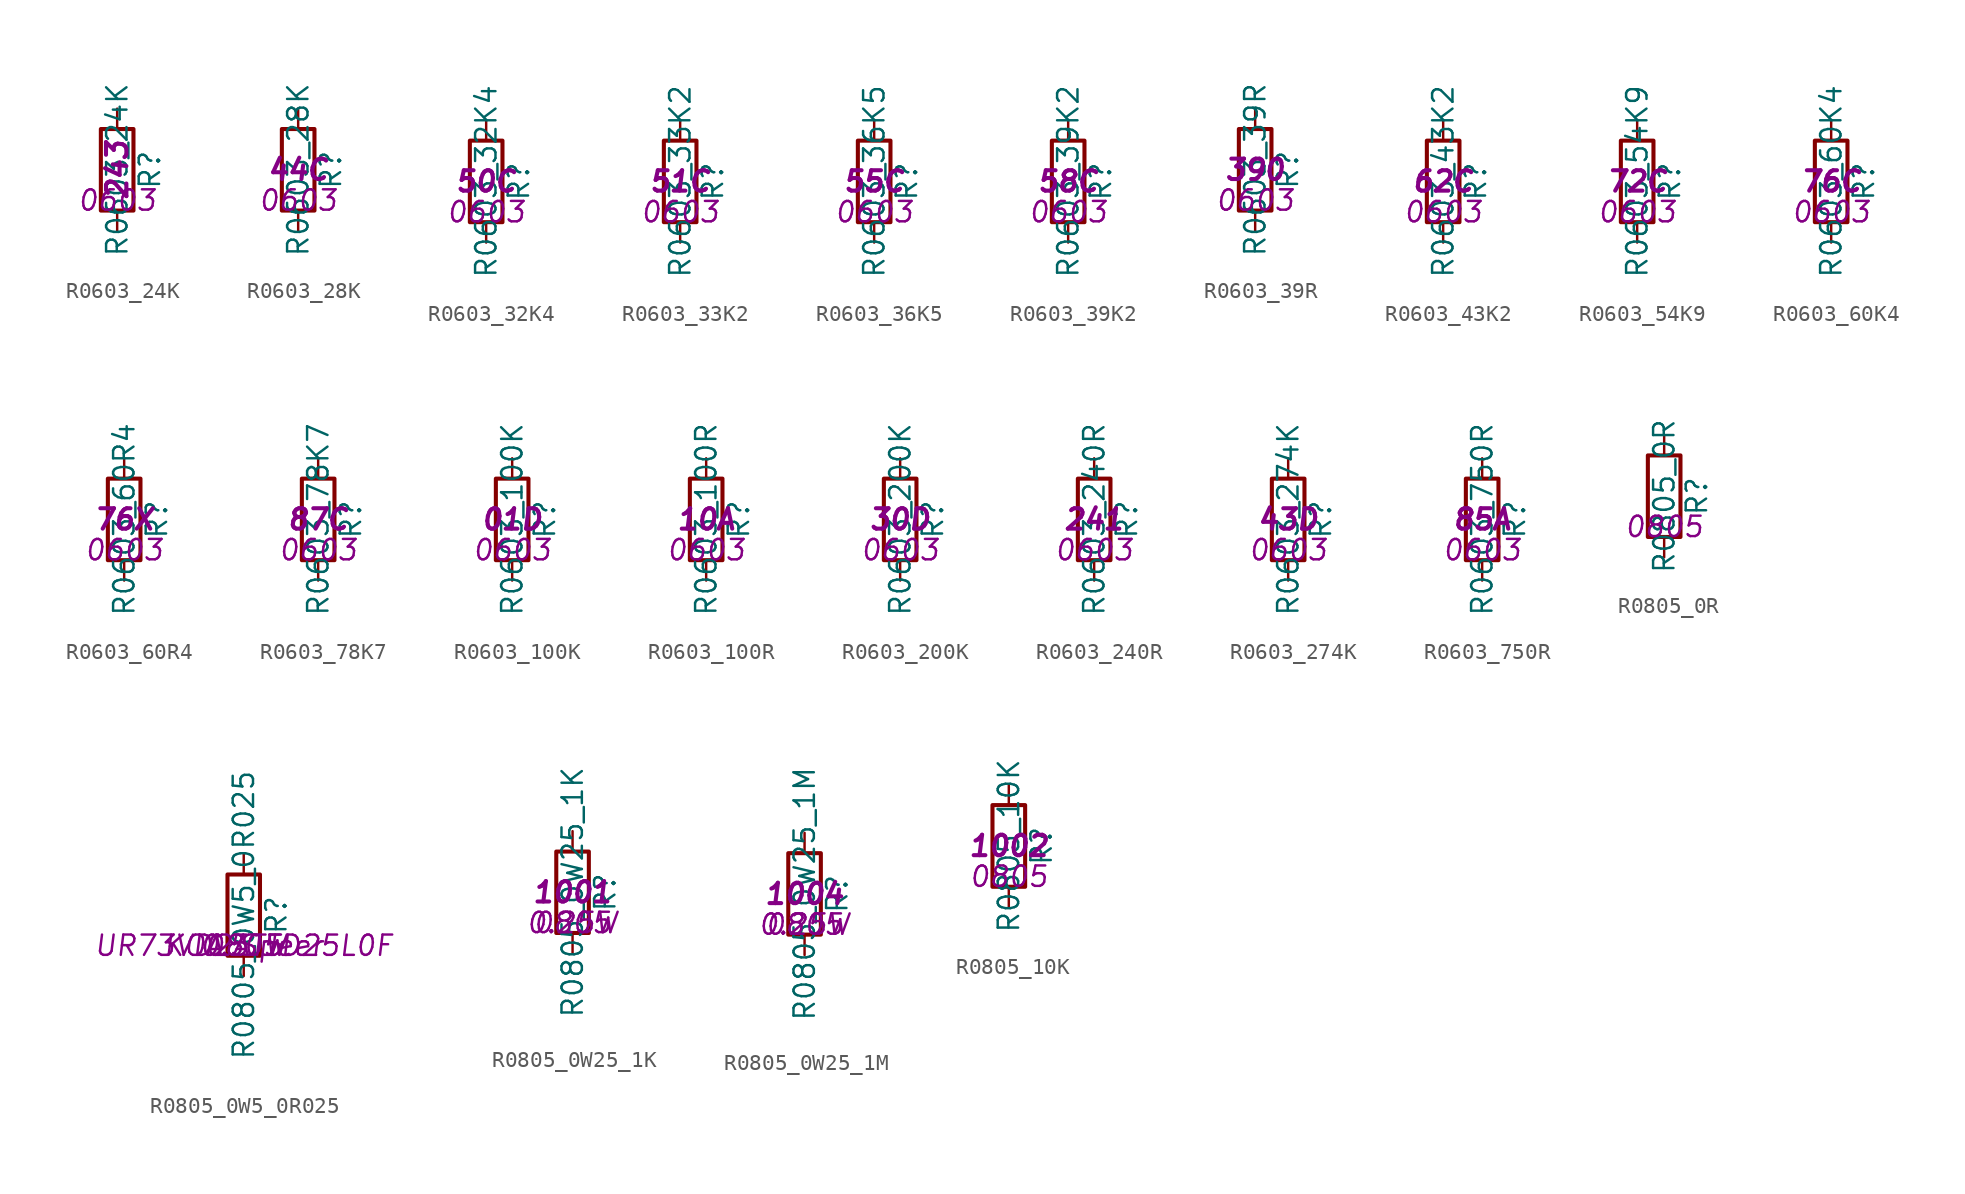
<source format=kicad_sym>
(kicad_symbol_lib
  (version 20211014)
  (generator kicad_symbol_editor)
  (symbol "R0603_24K"
    (pin_numbers hide)
    (pin_names
      (offset 0))
    (property "Reference" "R"
      (at 2.032 0 90)
      (effects (font (size 1.27 1.27))))
    (property "Value" "R0603_24K"
      (at 0 0 90)
      (effects (font (size 1.27 1.27))))
    (property "Case" "0603"
      (at 0 -1.905 0)
      (effects (font (size 1.27 1.27) italic)))
    (property "Mark" "243"
      (at 0 0 90)
      (effects (font (size 1.27 1.27) bold italic)))
    (symbol "R0603_24K_0_1"
      (rectangle (start -1.016 -2.54) (end 1.016 2.54) (stroke (width 0.254) (type default) (color 0 0 0 0)) (fill (type none))))
    (symbol "R0603_24K_1_1"
      (pin passive line (at 0 3.81 270) (length 1.27) (name "~" (effects (font (size 1.27 1.27)))) (number "1" (effects (font (size 1.27 1.27)))))
      (pin passive line (at 0 -3.81 90) (length 1.27) (name "~" (effects (font (size 1.27 1.27)))) (number "2" (effects (font (size 1.27 1.27)))))))
  (symbol "R0603_28K"
    (pin_numbers hide)
    (pin_names
      (offset 0))
    (property "Reference" "R"
      (at 2.032 0 90)
      (effects (font (size 1.27 1.27))))
    (property "Value" "R0603_28K"
      (at 0 0 90)
      (effects (font (size 1.27 1.27))))
    (property "Case" "0603"
      (at 0 -1.905 0)
      (effects (font (size 1.27 1.27) italic)))
    (property "Mark" "44C"
      (at 0 0 0)
      (effects (font (size 1.27 1.27) bold italic)))
    (symbol "R0603_28K_0_1"
      (rectangle (start -1.016 -2.54) (end 1.016 2.54) (stroke (width 0.254) (type default) (color 0 0 0 0)) (fill (type none))))
    (symbol "R0603_28K_1_1"
      (pin passive line (at 0 3.81 270) (length 1.27) (name "~" (effects (font (size 1.27 1.27)))) (number "1" (effects (font (size 1.27 1.27)))))
      (pin passive line (at 0 -3.81 90) (length 1.27) (name "~" (effects (font (size 1.27 1.27)))) (number "2" (effects (font (size 1.27 1.27)))))))
  (symbol "R0603_32K4"
    (pin_numbers hide)
    (pin_names
      (offset 0))
    (property "Reference" "R"
      (at 2.032 0 90)
      (effects (font (size 1.27 1.27))))
    (property "Value" "R0603_32K4"
      (at 0 0 90)
      (effects (font (size 1.27 1.27))))
    (property "Case" "0603"
      (at 0 -1.905 0)
      (effects (font (size 1.27 1.27) italic)))
    (property "Mark" "50C"
      (at 0 0 0)
      (effects (font (size 1.27 1.27) bold italic)))
    (symbol "R0603_32K4_0_1"
      (rectangle (start -1.016 -2.54) (end 1.016 2.54) (stroke (width 0.254) (type default) (color 0 0 0 0)) (fill (type none))))
    (symbol "R0603_32K4_1_1"
      (pin passive line (at 0 3.81 270) (length 1.27) (name "~" (effects (font (size 1.27 1.27)))) (number "1" (effects (font (size 1.27 1.27)))))
      (pin passive line (at 0 -3.81 90) (length 1.27) (name "~" (effects (font (size 1.27 1.27)))) (number "2" (effects (font (size 1.27 1.27)))))))
  (symbol "R0603_33K2"
    (pin_numbers hide)
    (pin_names
      (offset 0))
    (property "Reference" "R"
      (at 2.032 0 90)
      (effects (font (size 1.27 1.27))))
    (property "Value" "R0603_33K2"
      (at 0 0 90)
      (effects (font (size 1.27 1.27))))
    (property "Case" "0603"
      (at 0 -1.905 0)
      (effects (font (size 1.27 1.27) italic)))
    (property "Mark" "51C"
      (at 0 0 0)
      (effects (font (size 1.27 1.27) bold italic)))
    (symbol "R0603_33K2_0_1"
      (rectangle (start -1.016 -2.54) (end 1.016 2.54) (stroke (width 0.254) (type default) (color 0 0 0 0)) (fill (type none))))
    (symbol "R0603_33K2_1_1"
      (pin passive line (at 0 3.81 270) (length 1.27) (name "~" (effects (font (size 1.27 1.27)))) (number "1" (effects (font (size 1.27 1.27)))))
      (pin passive line (at 0 -3.81 90) (length 1.27) (name "~" (effects (font (size 1.27 1.27)))) (number "2" (effects (font (size 1.27 1.27)))))))
  (symbol "R0603_36K5"
    (pin_numbers hide)
    (pin_names
      (offset 0))
    (property "Reference" "R"
      (at 2.032 0 90)
      (effects (font (size 1.27 1.27))))
    (property "Value" "R0603_36K5"
      (at 0 0 90)
      (effects (font (size 1.27 1.27))))
    (property "Case" "0603"
      (at 0 -1.905 0)
      (effects (font (size 1.27 1.27) italic)))
    (property "Mark" "55C"
      (at 0 0 0)
      (effects (font (size 1.27 1.27) bold italic)))
    (symbol "R0603_36K5_0_1"
      (rectangle (start -1.016 -2.54) (end 1.016 2.54) (stroke (width 0.254) (type default) (color 0 0 0 0)) (fill (type none))))
    (symbol "R0603_36K5_1_1"
      (pin passive line (at 0 3.81 270) (length 1.27) (name "~" (effects (font (size 1.27 1.27)))) (number "1" (effects (font (size 1.27 1.27)))))
      (pin passive line (at 0 -3.81 90) (length 1.27) (name "~" (effects (font (size 1.27 1.27)))) (number "2" (effects (font (size 1.27 1.27)))))))
  (symbol "R0603_39K2"
    (pin_numbers hide)
    (pin_names
      (offset 0))
    (property "Reference" "R"
      (at 2.032 0 90)
      (effects (font (size 1.27 1.27))))
    (property "Value" "R0603_39K2"
      (at 0 0 90)
      (effects (font (size 1.27 1.27))))
    (property "Case" "0603"
      (at 0 -1.905 0)
      (effects (font (size 1.27 1.27) italic)))
    (property "Mark" "58C"
      (at 0 0 0)
      (effects (font (size 1.27 1.27) bold italic)))
    (symbol "R0603_39K2_0_1"
      (rectangle (start -1.016 -2.54) (end 1.016 2.54) (stroke (width 0.254) (type default) (color 0 0 0 0)) (fill (type none))))
    (symbol "R0603_39K2_1_1"
      (pin passive line (at 0 3.81 270) (length 1.27) (name "~" (effects (font (size 1.27 1.27)))) (number "1" (effects (font (size 1.27 1.27)))))
      (pin passive line (at 0 -3.81 90) (length 1.27) (name "~" (effects (font (size 1.27 1.27)))) (number "2" (effects (font (size 1.27 1.27)))))))
  (symbol "R0603_39R"
    (pin_numbers hide)
    (pin_names
      (offset 0))
    (property "Reference" "R"
      (at 2.032 0 90)
      (effects (font (size 1.27 1.27))))
    (property "Value" "R0603_39R"
      (at 0 0 90)
      (effects (font (size 1.27 1.27))))
    (property "Case" "0603"
      (at 0 -1.905 0)
      (effects (font (size 1.27 1.27) italic)))
    (property "Mark" "390"
      (at 0 0 0)
      (effects (font (size 1.27 1.27) bold italic)))
    (symbol "R0603_39R_0_1"
      (rectangle (start -1.016 -2.54) (end 1.016 2.54) (stroke (width 0.254) (type default) (color 0 0 0 0)) (fill (type none))))
    (symbol "R0603_39R_1_1"
      (pin passive line (at 0 3.81 270) (length 1.27) (name "~" (effects (font (size 1.27 1.27)))) (number "1" (effects (font (size 1.27 1.27)))))
      (pin passive line (at 0 -3.81 90) (length 1.27) (name "~" (effects (font (size 1.27 1.27)))) (number "2" (effects (font (size 1.27 1.27)))))))
  (symbol "R0603_43K2"
    (pin_numbers hide)
    (pin_names
      (offset 0))
    (property "Reference" "R"
      (at 2.032 0 90)
      (effects (font (size 1.27 1.27))))
    (property "Value" "R0603_43K2"
      (at 0 0 90)
      (effects (font (size 1.27 1.27))))
    (property "Case" "0603"
      (at 0 -1.905 0)
      (effects (font (size 1.27 1.27) italic)))
    (property "Mark" "62C"
      (at 0 0 0)
      (effects (font (size 1.27 1.27) bold italic)))
    (symbol "R0603_43K2_0_1"
      (rectangle (start -1.016 -2.54) (end 1.016 2.54) (stroke (width 0.254) (type default) (color 0 0 0 0)) (fill (type none))))
    (symbol "R0603_43K2_1_1"
      (pin passive line (at 0 3.81 270) (length 1.27) (name "~" (effects (font (size 1.27 1.27)))) (number "1" (effects (font (size 1.27 1.27)))))
      (pin passive line (at 0 -3.81 90) (length 1.27) (name "~" (effects (font (size 1.27 1.27)))) (number "2" (effects (font (size 1.27 1.27)))))))
  (symbol "R0603_54K9"
    (pin_numbers hide)
    (pin_names
      (offset 0))
    (property "Reference" "R"
      (at 2.032 0 90)
      (effects (font (size 1.27 1.27))))
    (property "Value" "R0603_54K9"
      (at 0 0 90)
      (effects (font (size 1.27 1.27))))
    (property "Case" "0603"
      (at 0 -1.905 0)
      (effects (font (size 1.27 1.27) italic)))
    (property "Mark" "72C"
      (at 0 0 0)
      (effects (font (size 1.27 1.27) bold italic)))
    (symbol "R0603_54K9_0_1"
      (rectangle (start -1.016 -2.54) (end 1.016 2.54) (stroke (width 0.254) (type default) (color 0 0 0 0)) (fill (type none))))
    (symbol "R0603_54K9_1_1"
      (pin passive line (at 0 3.81 270) (length 1.27) (name "~" (effects (font (size 1.27 1.27)))) (number "1" (effects (font (size 1.27 1.27)))))
      (pin passive line (at 0 -3.81 90) (length 1.27) (name "~" (effects (font (size 1.27 1.27)))) (number "2" (effects (font (size 1.27 1.27)))))))
  (symbol "R0603_60K4"
    (pin_numbers hide)
    (pin_names
      (offset 0))
    (property "Reference" "R"
      (at 2.032 0 90)
      (effects (font (size 1.27 1.27))))
    (property "Value" "R0603_60K4"
      (at 0 0 90)
      (effects (font (size 1.27 1.27))))
    (property "Case" "0603"
      (at 0 -1.905 0)
      (effects (font (size 1.27 1.27) italic)))
    (property "Mark" "76C"
      (at 0 0 0)
      (effects (font (size 1.27 1.27) bold italic)))
    (symbol "R0603_60K4_0_1"
      (rectangle (start -1.016 -2.54) (end 1.016 2.54) (stroke (width 0.254) (type default) (color 0 0 0 0)) (fill (type none))))
    (symbol "R0603_60K4_1_1"
      (pin passive line (at 0 3.81 270) (length 1.27) (name "~" (effects (font (size 1.27 1.27)))) (number "1" (effects (font (size 1.27 1.27)))))
      (pin passive line (at 0 -3.81 90) (length 1.27) (name "~" (effects (font (size 1.27 1.27)))) (number "2" (effects (font (size 1.27 1.27)))))))
  (symbol "R0603_60R4"
    (pin_numbers hide)
    (pin_names
      (offset 0))
    (property "Reference" "R"
      (at 2.032 0 90)
      (effects (font (size 1.27 1.27))))
    (property "Value" "R0603_60R4"
      (at 0 0 90)
      (effects (font (size 1.27 1.27))))
    (property "Case" "0603"
      (at 0 -1.905 0)
      (effects (font (size 1.27 1.27) italic)))
    (property "Mark" "76X"
      (at 0 0 0)
      (effects (font (size 1.27 1.27) bold italic)))
    (symbol "R0603_60R4_0_1"
      (rectangle (start -1.016 -2.54) (end 1.016 2.54) (stroke (width 0.254) (type default) (color 0 0 0 0)) (fill (type none))))
    (symbol "R0603_60R4_1_1"
      (pin passive line (at 0 3.81 270) (length 1.27) (name "~" (effects (font (size 1.27 1.27)))) (number "1" (effects (font (size 1.27 1.27)))))
      (pin passive line (at 0 -3.81 90) (length 1.27) (name "~" (effects (font (size 1.27 1.27)))) (number "2" (effects (font (size 1.27 1.27)))))))
  (symbol "R0603_78K7"
    (pin_numbers hide)
    (pin_names
      (offset 0))
    (property "Reference" "R"
      (at 2.032 0 90)
      (effects (font (size 1.27 1.27))))
    (property "Value" "R0603_78K7"
      (at 0 0 90)
      (effects (font (size 1.27 1.27))))
    (property "Case" "0603"
      (at 0 -1.905 0)
      (effects (font (size 1.27 1.27) italic)))
    (property "Mark" "87C"
      (at 0 0 0)
      (effects (font (size 1.27 1.27) bold italic)))
    (symbol "R0603_78K7_0_1"
      (rectangle (start -1.016 -2.54) (end 1.016 2.54) (stroke (width 0.254) (type default) (color 0 0 0 0)) (fill (type none))))
    (symbol "R0603_78K7_1_1"
      (pin passive line (at 0 3.81 270) (length 1.27) (name "~" (effects (font (size 1.27 1.27)))) (number "1" (effects (font (size 1.27 1.27)))))
      (pin passive line (at 0 -3.81 90) (length 1.27) (name "~" (effects (font (size 1.27 1.27)))) (number "2" (effects (font (size 1.27 1.27)))))))
  (symbol "R0603_100K"
    (pin_numbers hide)
    (pin_names
      (offset 0))
    (property "Reference" "R"
      (at 2.032 0 90)
      (effects (font (size 1.27 1.27))))
    (property "Value" "R0603_100K"
      (at 0 0 90)
      (effects (font (size 1.27 1.27))))
    (property "Case" "0603"
      (at 0 -1.905 0)
      (effects (font (size 1.27 1.27) italic)))
    (property "Mark" "01D"
      (at 0 0 0)
      (effects (font (size 1.27 1.27) bold italic)))
    (symbol "R0603_100K_0_1"
      (rectangle (start -1.016 -2.54) (end 1.016 2.54) (stroke (width 0.254) (type default) (color 0 0 0 0)) (fill (type none))))
    (symbol "R0603_100K_1_1"
      (pin passive line (at 0 3.81 270) (length 1.27) (name "~" (effects (font (size 1.27 1.27)))) (number "1" (effects (font (size 1.27 1.27)))))
      (pin passive line (at 0 -3.81 90) (length 1.27) (name "~" (effects (font (size 1.27 1.27)))) (number "2" (effects (font (size 1.27 1.27)))))))
  (symbol "R0603_100R"
    (pin_numbers hide)
    (pin_names
      (offset 0))
    (property "Reference" "R"
      (at 2.032 0 90)
      (effects (font (size 1.27 1.27))))
    (property "Value" "R0603_100R"
      (at 0 0 90)
      (effects (font (size 1.27 1.27))))
    (property "Case" "0603"
      (at 0 -1.905 0)
      (effects (font (size 1.27 1.27) italic)))
    (property "Mark" "10A"
      (at 0 0 0)
      (effects (font (size 1.27 1.27) bold italic)))
    (symbol "R0603_100R_0_1"
      (rectangle (start -1.016 -2.54) (end 1.016 2.54) (stroke (width 0.254) (type default) (color 0 0 0 0)) (fill (type none))))
    (symbol "R0603_100R_1_1"
      (pin passive line (at 0 3.81 270) (length 1.27) (name "~" (effects (font (size 1.27 1.27)))) (number "1" (effects (font (size 1.27 1.27)))))
      (pin passive line (at 0 -3.81 90) (length 1.27) (name "~" (effects (font (size 1.27 1.27)))) (number "2" (effects (font (size 1.27 1.27)))))))
  (symbol "R0603_200K"
    (pin_numbers hide)
    (pin_names
      (offset 0))
    (property "Reference" "R"
      (at 2.032 0 90)
      (effects (font (size 1.27 1.27))))
    (property "Value" "R0603_200K"
      (at 0 0 90)
      (effects (font (size 1.27 1.27))))
    (property "Case" "0603"
      (at 0 -1.905 0)
      (effects (font (size 1.27 1.27) italic)))
    (property "Mark" "30D"
      (at 0 0 0)
      (effects (font (size 1.27 1.27) bold italic)))
    (symbol "R0603_200K_0_1"
      (rectangle (start -1.016 -2.54) (end 1.016 2.54) (stroke (width 0.254) (type default) (color 0 0 0 0)) (fill (type none))))
    (symbol "R0603_200K_1_1"
      (pin passive line (at 0 3.81 270) (length 1.27) (name "~" (effects (font (size 1.27 1.27)))) (number "1" (effects (font (size 1.27 1.27)))))
      (pin passive line (at 0 -3.81 90) (length 1.27) (name "~" (effects (font (size 1.27 1.27)))) (number "2" (effects (font (size 1.27 1.27)))))))
  (symbol "R0603_240R"
    (pin_numbers hide)
    (pin_names
      (offset 0))
    (property "Reference" "R"
      (at 2.032 0 90)
      (effects (font (size 1.27 1.27))))
    (property "Value" "R0603_240R"
      (at 0 0 90)
      (effects (font (size 1.27 1.27))))
    (property "Case" "0603"
      (at 0 -1.905 0)
      (effects (font (size 1.27 1.27) italic)))
    (property "Mark" "241"
      (at 0 0 0)
      (effects (font (size 1.27 1.27) bold italic)))
    (symbol "R0603_240R_0_1"
      (rectangle (start -1.016 -2.54) (end 1.016 2.54) (stroke (width 0.254) (type default) (color 0 0 0 0)) (fill (type none))))
    (symbol "R0603_240R_1_1"
      (pin passive line (at 0 3.81 270) (length 1.27) (name "~" (effects (font (size 1.27 1.27)))) (number "1" (effects (font (size 1.27 1.27)))))
      (pin passive line (at 0 -3.81 90) (length 1.27) (name "~" (effects (font (size 1.27 1.27)))) (number "2" (effects (font (size 1.27 1.27)))))))
  (symbol "R0603_274K"
    (pin_numbers hide)
    (pin_names
      (offset 0))
    (property "Reference" "R"
      (at 2.032 0 90)
      (effects (font (size 1.27 1.27))))
    (property "Value" "R0603_274K"
      (at 0 0 90)
      (effects (font (size 1.27 1.27))))
    (property "Case" "0603"
      (at 0 -1.905 0)
      (effects (font (size 1.27 1.27) italic)))
    (property "Mark" "43D"
      (at 0 0 0)
      (effects (font (size 1.27 1.27) bold italic)))
    (symbol "R0603_274K_0_1"
      (rectangle (start -1.016 -2.54) (end 1.016 2.54) (stroke (width 0.254) (type default) (color 0 0 0 0)) (fill (type none))))
    (symbol "R0603_274K_1_1"
      (pin passive line (at 0 3.81 270) (length 1.27) (name "~" (effects (font (size 1.27 1.27)))) (number "1" (effects (font (size 1.27 1.27)))))
      (pin passive line (at 0 -3.81 90) (length 1.27) (name "~" (effects (font (size 1.27 1.27)))) (number "2" (effects (font (size 1.27 1.27)))))))
  (symbol "R0603_750R"
    (pin_numbers hide)
    (pin_names
      (offset 0))
    (property "Reference" "R"
      (at 2.032 0 90)
      (effects (font (size 1.27 1.27))))
    (property "Value" "R0603_750R"
      (at 0 0 90)
      (effects (font (size 1.27 1.27))))
    (property "Case" "0603"
      (at 0 -1.905 0)
      (effects (font (size 1.27 1.27) italic)))
    (property "Mark" "85A"
      (at 0 0 0)
      (effects (font (size 1.27 1.27) bold italic)))
    (symbol "R0603_750R_0_1"
      (rectangle (start -1.016 -2.54) (end 1.016 2.54) (stroke (width 0.254) (type default) (color 0 0 0 0)) (fill (type none))))
    (symbol "R0603_750R_1_1"
      (pin passive line (at 0 3.81 270) (length 1.27) (name "~" (effects (font (size 1.27 1.27)))) (number "1" (effects (font (size 1.27 1.27)))))
      (pin passive line (at 0 -3.81 90) (length 1.27) (name "~" (effects (font (size 1.27 1.27)))) (number "2" (effects (font (size 1.27 1.27)))))))
  (symbol "R0805_0R"
    (pin_numbers hide)
    (pin_names
      (offset 0))
    (property "Reference" "R"
      (at 2.032 0 90)
      (effects (font (size 1.27 1.27))))
    (property "Value" "R0805_0R"
      (at 0 0 90)
      (effects (font (size 1.27 1.27))))
    (property "Case" "0805"
      (at 0 -1.905 0)
      (effects (font (size 1.27 1.27) italic)))
    (symbol "R0805_0R_0_1"
      (rectangle (start -1.016 -2.54) (end 1.016 2.54) (stroke (width 0.254) (type default) (color 0 0 0 0)) (fill (type none))))
    (symbol "R0805_0R_1_1"
      (pin passive line (at 0 3.81 270) (length 1.27) (name "~" (effects (font (size 1.27 1.27)))) (number "1" (effects (font (size 1.27 1.27)))))
      (pin passive line (at 0 -3.81 90) (length 1.27) (name "~" (effects (font (size 1.27 1.27)))) (number "2" (effects (font (size 1.27 1.27)))))))
  (symbol "R0805_0W5_0R025"
    (pin_numbers hide)
    (pin_names
      (offset 0))
    (property "Reference" "R"
      (at 2.032 0 90)
      (effects (font (size 1.27 1.27))))
    (property "Value" "R0805_0W5_0R025"
      (at 0 0 90)
      (effects (font (size 1.27 1.27))))
    (property "Case" "0805"
      (at 0 -1.905 0)
      (effects (font (size 1.27 1.27) italic)))
    (property "Pwr" "0.5 W"
      (at 0 -1.905 0)
      (effects (font (size 1.27 1.27) italic)))
    (property "p/n" "UR73VD2ATTD25L0F"
      (at 0 -1.905 0)
      (effects (font (size 1.27 1.27) italic)))
    (property "Manuf" "KOA Speer"
      (at 0 -1.905 0)
      (effects (font (size 1.27 1.27) italic)))
    (symbol "R0805_0W5_0R025_0_1"
      (rectangle (start -1.016 -2.54) (end 1.016 2.54) (stroke (width 0.254) (type default) (color 0 0 0 0)) (fill (type none))))
    (symbol "R0805_0W5_0R025_1_1"
      (pin passive line (at 0 3.81 270) (length 1.27) (name "~" (effects (font (size 1.27 1.27)))) (number "1" (effects (font (size 1.27 1.27)))))
      (pin passive line (at 0 -3.81 90) (length 1.27) (name "~" (effects (font (size 1.27 1.27)))) (number "2" (effects (font (size 1.27 1.27)))))))
  (symbol "R0805_0W25_1K"
    (pin_numbers hide)
    (pin_names
      (offset 0))
    (property "Reference" "R"
      (at 2.032 0 90)
      (effects (font (size 1.27 1.27))))
    (property "Value" "R0805_0W25_1K"
      (at 0 0 90)
      (effects (font (size 1.27 1.27))))
    (property "Case" "0805"
      (at 0 -1.905 0)
      (effects (font (size 1.27 1.27) italic)))
    (property "Pwr" "0.25W"
      (at 0 -1.905 0)
      (effects (font (size 1.27 1.27) italic)))
    (property "Mark" "1001"
      (at 0 0 0)
      (effects (font (size 1.27 1.27) bold italic)))
    (symbol "R0805_0W25_1K_0_1"
      (rectangle (start -1.016 -2.54) (end 1.016 2.54) (stroke (width 0.254) (type default) (color 0 0 0 0)) (fill (type none))))
    (symbol "R0805_0W25_1K_1_1"
      (pin passive line (at 0 3.81 270) (length 1.27) (name "~" (effects (font (size 1.27 1.27)))) (number "1" (effects (font (size 1.27 1.27)))))
      (pin passive line (at 0 -3.81 90) (length 1.27) (name "~" (effects (font (size 1.27 1.27)))) (number "2" (effects (font (size 1.27 1.27)))))))
  (symbol "R0805_0W25_1M"
    (pin_numbers hide)
    (pin_names
      (offset 0))
    (property "Reference" "R"
      (at 2.032 0 90)
      (effects (font (size 1.27 1.27))))
    (property "Value" "R0805_0W25_1M"
      (at 0 0 90)
      (effects (font (size 1.27 1.27))))
    (property "Case" "0805"
      (at 0 -1.905 0)
      (effects (font (size 1.27 1.27) italic)))
    (property "Pwr" "0.25W"
      (at 0 -1.905 0)
      (effects (font (size 1.27 1.27) italic)))
    (property "Mark" "1004"
      (at 0 0 0)
      (effects (font (size 1.27 1.27) bold italic)))
    (symbol "R0805_0W25_1M_0_1"
      (rectangle (start -1.016 -2.54) (end 1.016 2.54) (stroke (width 0.254) (type default) (color 0 0 0 0)) (fill (type none))))
    (symbol "R0805_0W25_1M_1_1"
      (pin passive line (at 0 3.81 270) (length 1.27) (name "~" (effects (font (size 1.27 1.27)))) (number "1" (effects (font (size 1.27 1.27)))))
      (pin passive line (at 0 -3.81 90) (length 1.27) (name "~" (effects (font (size 1.27 1.27)))) (number "2" (effects (font (size 1.27 1.27)))))))
  (symbol "R0805_10K"
    (pin_numbers hide)
    (pin_names
      (offset 0))
    (property "Reference" "R"
      (at 2.032 0 90)
      (effects (font (size 1.27 1.27))))
    (property "Value" "R0805_10K"
      (at 0 0 90)
      (effects (font (size 1.27 1.27))))
    (property "Case" "0805"
      (at 0 -1.905 0)
      (effects (font (size 1.27 1.27) italic)))
    (property "Mark" "1002"
      (at 0 0 0)
      (effects (font (size 1.27 1.27) bold italic)))
    (symbol "R0805_10K_0_1"
      (rectangle (start -1.016 -2.54) (end 1.016 2.54) (stroke (width 0.254) (type default) (color 0 0 0 0)) (fill (type none))))
    (symbol "R0805_10K_1_1"
      (pin passive line (at 0 3.81 270) (length 1.27) (name "~" (effects (font (size 1.27 1.27)))) (number "1" (effects (font (size 1.27 1.27)))))
      (pin passive line (at 0 -3.81 90) (length 1.27) (name "~" (effects (font (size 1.27 1.27)))) (number "2" (effects (font (size 1.27 1.27))))))))
</source>
